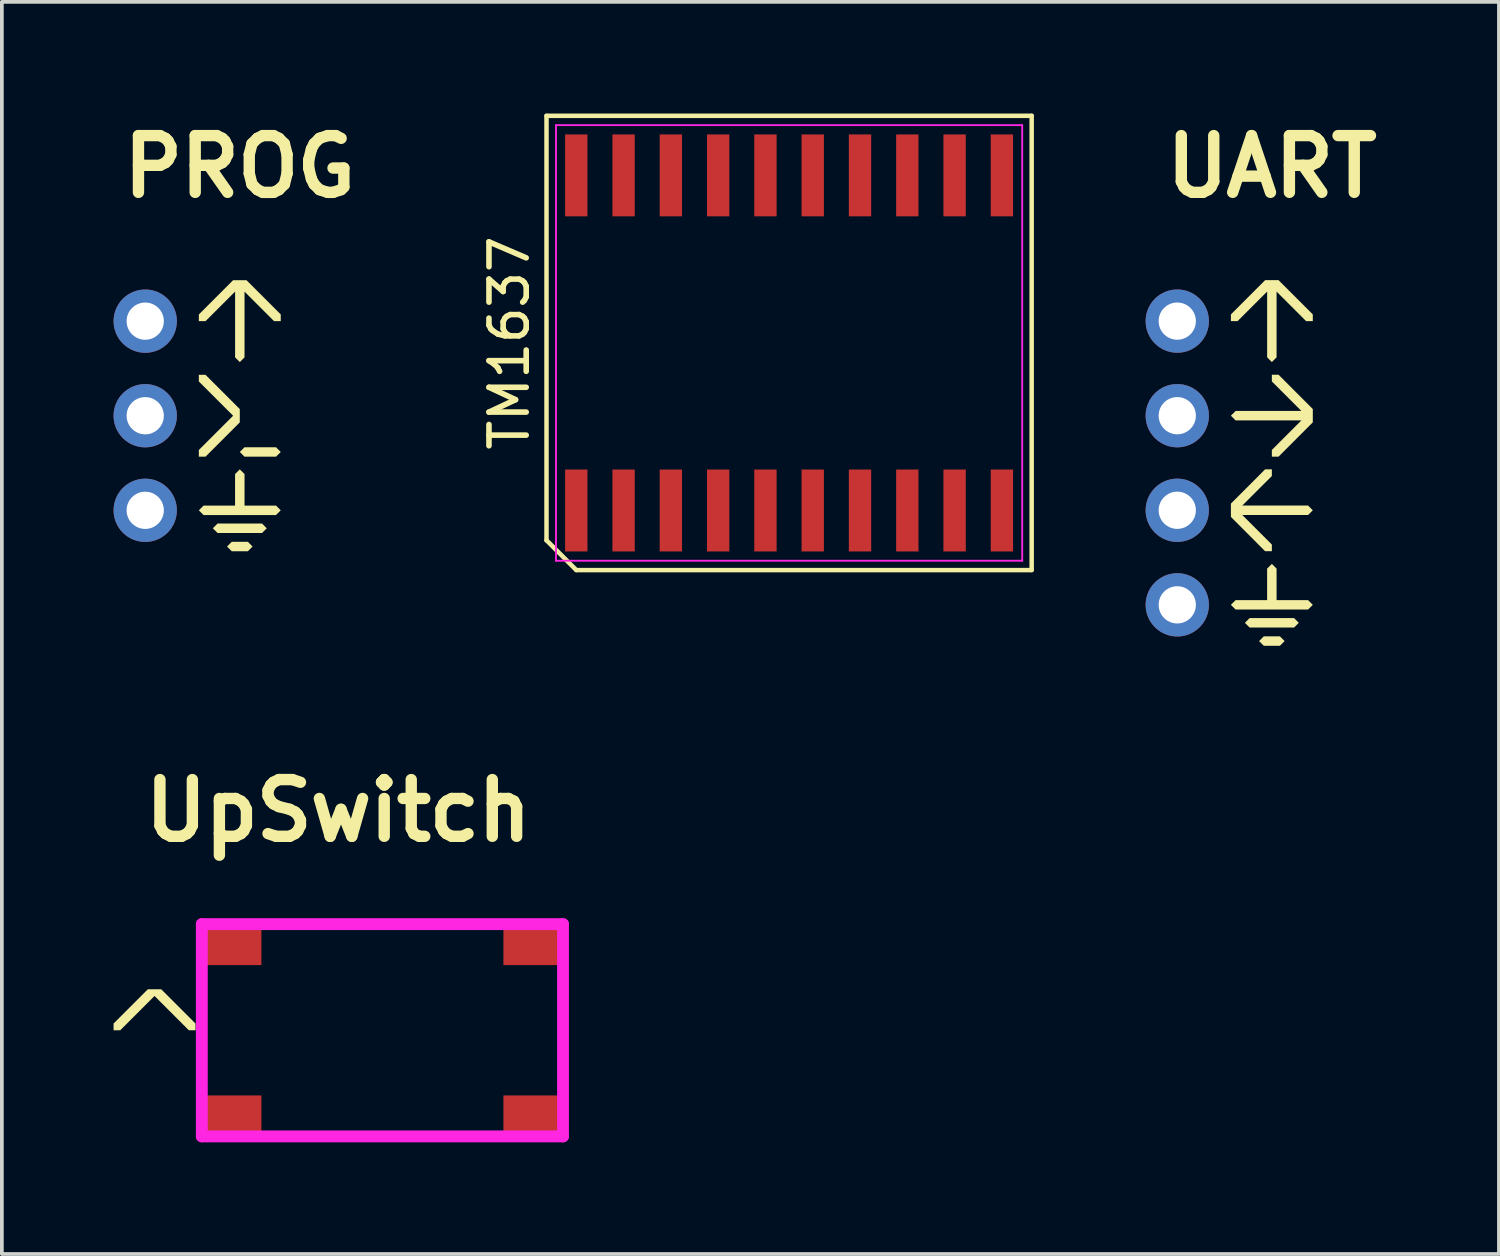
<source format=kicad_pcb>
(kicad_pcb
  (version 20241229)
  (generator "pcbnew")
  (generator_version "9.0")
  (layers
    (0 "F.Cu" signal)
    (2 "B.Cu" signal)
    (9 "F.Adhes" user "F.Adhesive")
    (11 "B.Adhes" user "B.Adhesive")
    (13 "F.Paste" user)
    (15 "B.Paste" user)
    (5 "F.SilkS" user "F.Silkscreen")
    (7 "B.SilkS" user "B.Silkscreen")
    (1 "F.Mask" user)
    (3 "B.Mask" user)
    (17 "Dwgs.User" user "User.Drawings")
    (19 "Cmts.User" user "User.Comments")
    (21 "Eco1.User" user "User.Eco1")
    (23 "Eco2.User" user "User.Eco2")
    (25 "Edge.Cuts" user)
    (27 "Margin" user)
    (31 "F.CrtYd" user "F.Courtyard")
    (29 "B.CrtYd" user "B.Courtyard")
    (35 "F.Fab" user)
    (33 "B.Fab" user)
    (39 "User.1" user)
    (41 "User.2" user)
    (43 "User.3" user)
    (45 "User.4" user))
  (footprint "UART"
    (layer "F.Cu")
    (at 31.107 9.384)
    (property "Reference" "UART" (at 0 -7.958 0) (layer "F.SilkS") (effects (font (size 1.524 1.524) (thickness 0.305))))
    (attr smd)
    (fp_poly (pts (xy -0.597 4.165) (xy -0.724 4.293) (xy -0.597 4.419) (xy 0.597 4.419) (xy 0.724 4.293) (xy 0.597 4.165) (xy -0.597 4.165)) (stroke (width 0) (type solid)) (fill yes) (layer "F.SilkS"))
    (fp_poly (pts (xy -0.216 4.656) (xy -0.343 4.783) (xy -0.216 4.91) (xy 0.216 4.91) (xy 0.343 4.783) (xy 0.216 4.656) (xy -0.216 4.656)) (stroke (width 0) (type solid)) (fill yes) (layer "F.SilkS"))
    (fp_poly (pts (xy 0.000258 2.71) (xy -0.127 2.837) (xy -0.127 3.683) (xy -0.973 3.683) (xy -1.1 3.81) (xy -0.973 3.936) (xy 0.973 3.936) (xy 1.1 3.81) (xy 0.973 3.683) (xy 0.127 3.683) (xy 0.127 2.837) (xy 0.000258 2.71)) (stroke (width 0) (type solid)) (fill yes) (layer "F.SilkS"))
    (fp_poly (pts (xy 0.000258 -4.91) (xy -0.18 -4.91) (xy -1.099 -3.99) (xy -1.1 -3.81) (xy -0.92 -3.81) (xy -0.126 -4.604) (xy -0.126 -2.837) (xy 0.000258 -2.71) (xy 0.127 -2.837) (xy 0.127 -4.603) (xy 0.92 -3.81) (xy 1.1 -3.81) (xy 1.1 -3.99) (xy 0.18 -4.91) (xy 0.000258 -4.91)) (stroke (width 0) (type solid)) (fill yes) (layer "F.SilkS"))
    (fp_poly (pts (xy 0.000258 -2.37) (xy 0.000258 -2.19) (xy 0.793 -1.397) (xy -0.973 -1.397) (xy -1.1 -1.27) (xy -0.973 -1.143) (xy 0.793 -1.143) (xy 0.000258 -0.35) (xy 0.000258 -0.17) (xy 0.18 -0.17) (xy 1.1 -1.091) (xy 1.1 -1.27) (xy 1.1 -1.449) (xy 0.18 -2.37) (xy 0.000258 -2.37)) (stroke (width 0) (type solid)) (fill yes) (layer "F.SilkS"))
    (fp_poly (pts (xy 0.000258 0.17) (xy -0.18 0.17) (xy -1.099 1.091) (xy -1.1 1.27) (xy -1.099 1.449) (xy -0.18 2.37) (xy 0.000258 2.37) (xy 0.000258 2.19) (xy -0.793 1.397) (xy 0.973 1.397) (xy 1.1 1.27) (xy 0.973 1.143) (xy -0.793 1.143) (xy 0.000258 0.35) (xy 0.000258 0.17)) (stroke (width 0) (type solid)) (fill yes) (layer "F.SilkS"))
    (pad "1" thru_hole circle (at -2.54 -3.81) (size 1.7 1.7) (drill 1) (layers "*.Cu" "*.Mask"))
    (pad "2" thru_hole oval (at -2.54 -1.27) (size 1.7 1.7) (drill 1) (layers "*.Cu" "*.Mask"))
    (pad "3" thru_hole oval (at -2.54 1.27) (size 1.7 1.7) (drill 1) (layers "*.Cu" "*.Mask"))
    (pad "4" thru_hole oval (at -2.54 3.81) (size 1.7 1.7) (drill 1) (layers "*.Cu" "*.Mask")))
  (footprint "PROG"
    (layer "F.Cu")
    (at 3.39 8.115)
    (property "Reference" "PROG" (at 0 -6.688 0) (layer "F.SilkS") (effects (font (size 1.524 1.524) (thickness 0.305))))
    (attr smd)
    (fp_poly (pts (xy -0.597 2.895) (xy -0.724 3.023) (xy -0.597 3.149) (xy 0.597 3.149) (xy 0.724 3.023) (xy 0.597 2.895) (xy -0.597 2.895)) (stroke (width 0) (type solid)) (fill yes) (layer "F.SilkS"))
    (fp_poly (pts (xy -0.216 3.386) (xy -0.343 3.513) (xy -0.216 3.64) (xy 0.216 3.64) (xy 0.343 3.513) (xy 0.216 3.386) (xy -0.216 3.386)) (stroke (width 0) (type solid)) (fill yes) (layer "F.SilkS"))
    (fp_poly (pts (xy 0.127 0.846) (xy 0.000258 0.973) (xy 0.127 1.1) (xy 0.973 1.1) (xy 1.1 0.973) (xy 0.973 0.846) (xy 0.127 0.846)) (stroke (width 0) (type solid)) (fill yes) (layer "F.SilkS"))
    (fp_poly (pts (xy -1.1 -1.1) (xy -1.1 -0.92) (xy -0.18 0) (xy -1.1 0.92) (xy -1.1 1.1) (xy -0.921 1.1) (xy -0.000258 0.179) (xy 0.000258 0) (xy -0.000258 -0.179) (xy -0.921 -1.1) (xy -1.1 -1.1)) (stroke (width 0) (type solid)) (fill yes) (layer "F.SilkS"))
    (fp_poly (pts (xy 0.000258 1.44) (xy -0.127 1.567) (xy -0.127 2.413) (xy -0.973 2.413) (xy -1.1 2.54) (xy -0.973 2.667) (xy 0.973 2.667) (xy 1.1 2.54) (xy 0.973 2.413) (xy 0.127 2.413) (xy 0.127 1.567) (xy 0.000258 1.44)) (stroke (width 0) (type solid)) (fill yes) (layer "F.SilkS"))
    (fp_poly (pts (xy 0.000258 -3.64) (xy -0.18 -3.64) (xy -1.099 -2.72) (xy -1.1 -2.54) (xy -0.92 -2.54) (xy -0.126 -3.334) (xy -0.126 -1.567) (xy 0.000258 -1.44) (xy 0.127 -1.567) (xy 0.127 -3.333) (xy 0.92 -2.54) (xy 1.1 -2.54) (xy 1.1 -2.72) (xy 0.18 -3.64) (xy 0.000258 -3.64)) (stroke (width 0) (type solid)) (fill yes) (layer "F.SilkS"))
    (pad "1" thru_hole circle (at -2.54 -2.54) (size 1.7 1.7) (drill 1) (layers "*.Cu" "*.Mask"))
    (pad "2" thru_hole oval (at -2.54 0) (size 1.7 1.7) (drill 1) (layers "*.Cu" "*.Mask"))
    (pad "3" thru_hole oval (at -2.54 2.54) (size 1.7 1.7) (drill 1) (layers "*.Cu" "*.Mask")))
  (footprint "TM1637"
    (layer "F.Cu")
    (at 18.142 6.16)
    (property "Reference" "TM1637" (at -7.515 0 90) (layer "F.SilkS") (effects (font (size 1 1) (thickness 0.15))))
    (attr smd)
    (fp_line (start -6.515 -6.1) (end 6.515 -6.1) (stroke (width 0.12) (type solid)) (layer "F.SilkS"))
    (fp_line (start -6.515 5.3) (end -6.515 -6.1) (stroke (width 0.12) (type solid)) (layer "F.SilkS"))
    (fp_line (start -5.715 6.1) (end -6.515 5.3) (stroke (width 0.12) (type solid)) (layer "F.SilkS"))
    (fp_line (start 6.515 -6.1) (end 6.515 6.1) (stroke (width 0.12) (type solid)) (layer "F.SilkS"))
    (fp_line (start 6.515 6.1) (end -5.715 6.1) (stroke (width 0.12) (type solid)) (layer "F.SilkS"))
    (fp_line (start -6.26 -5.85) (end 6.26 -5.85) (stroke (width 0.05) (type solid)) (layer "F.CrtYd"))
    (fp_line (start -6.26 5.85) (end -6.26 -5.85) (stroke (width 0.05) (type solid)) (layer "F.CrtYd"))
    (fp_line (start 6.26 -5.85) (end 6.26 5.85) (stroke (width 0.05) (type solid)) (layer "F.CrtYd"))
    (fp_line (start 6.26 5.85) (end -6.26 5.85) (stroke (width 0.05) (type solid)) (layer "F.CrtYd"))
    (pad "1" smd rect (at -5.715 4.5) (size 0.6 2.2) (layers "F.Cu" "F.Mask" "F.Paste"))
    (pad "2" smd rect (at -4.445 4.5) (size 0.6 2.2) (layers "F.Cu" "F.Mask" "F.Paste"))
    (pad "3" smd rect (at -3.175 4.5) (size 0.6 2.2) (layers "F.Cu" "F.Mask" "F.Paste"))
    (pad "4" smd rect (at -1.905 4.5) (size 0.6 2.2) (layers "F.Cu" "F.Mask" "F.Paste"))
    (pad "5" smd rect (at -0.635 4.5) (size 0.6 2.2) (layers "F.Cu" "F.Mask" "F.Paste"))
    (pad "6" smd rect (at 0.635 4.5) (size 0.6 2.2) (layers "F.Cu" "F.Mask" "F.Paste"))
    (pad "7" smd rect (at 1.905 4.5) (size 0.6 2.2) (layers "F.Cu" "F.Mask" "F.Paste"))
    (pad "8" smd rect (at 3.175 4.5) (size 0.6 2.2) (layers "F.Cu" "F.Mask" "F.Paste"))
    (pad "9" smd rect (at 4.445 4.5) (size 0.6 2.2) (layers "F.Cu" "F.Mask" "F.Paste"))
    (pad "10" smd rect (at 5.715 4.5) (size 0.6 2.2) (layers "F.Cu" "F.Mask" "F.Paste"))
    (pad "11" smd rect (at 5.715 -4.5) (size 0.6 2.2) (layers "F.Cu" "F.Mask" "F.Paste"))
    (pad "12" smd rect (at 4.445 -4.5) (size 0.6 2.2) (layers "F.Cu" "F.Mask" "F.Paste"))
    (pad "13" smd rect (at 3.175 -4.5) (size 0.6 2.2) (layers "F.Cu" "F.Mask" "F.Paste"))
    (pad "14" smd rect (at 1.905 -4.5) (size 0.6 2.2) (layers "F.Cu" "F.Mask" "F.Paste"))
    (pad "15" smd rect (at 0.635 -4.5) (size 0.6 2.2) (layers "F.Cu" "F.Mask" "F.Paste"))
    (pad "16" smd rect (at -0.635 -4.5) (size 0.6 2.2) (layers "F.Cu" "F.Mask" "F.Paste"))
    (pad "17" smd rect (at -1.905 -4.5) (size 0.6 2.2) (layers "F.Cu" "F.Mask" "F.Paste"))
    (pad "18" smd rect (at -3.175 -4.5) (size 0.6 2.2) (layers "F.Cu" "F.Mask" "F.Paste"))
    (pad "19" smd rect (at -4.445 -4.5) (size 0.6 2.2) (layers "F.Cu" "F.Mask" "F.Paste"))
    (pad "20" smd rect (at -5.715 -4.5) (size 0.6 2.2) (layers "F.Cu" "F.Mask" "F.Paste")))
  (footprint "UpSwitch"
    (layer "F.Cu")
    (at 6.035 24.619)
    (property "Reference" "UpSwitch" (at 0 -5.898 0) (layer "F.SilkS") (effects (font (size 1.524 1.524) (thickness 0.305))))
    (attr smd)
    (fp_poly (pts (xy -5.114 -1.101) (xy -6.035 -0.18) (xy -6.035 -0.000025) (xy -5.855 -0.000025) (xy -4.935 -0.921) (xy -4.014 -0.000025) (xy -3.834 -0.000025) (xy -3.834 -0.18) (xy -4.755 -1.101) (xy -4.934 -1.101) (xy -4.935 -1.101) (xy -5.114 -1.101)) (stroke (width 0) (type solid)) (fill yes) (layer "F.SilkS"))
    (fp_line (start -3.665 -2.85) (end 6.035 -2.85) (stroke (width 0.318) (type solid)) (layer "F.CrtYd"))
    (fp_line (start -3.665 2.85) (end -3.665 -2.85) (stroke (width 0.318) (type solid)) (layer "F.CrtYd"))
    (fp_line (start 6.035 -2.85) (end 6.035 2.85) (stroke (width 0.318) (type solid)) (layer "F.CrtYd"))
    (fp_line (start 6.035 2.85) (end -3.665 2.85) (stroke (width 0.318) (type solid)) (layer "F.CrtYd"))
    (pad "1" smd rect (at -2.815 -2.25) (size 1.5 1) (layers "F.Cu" "F.Mask" "F.Paste"))
    (pad "1" smd rect (at 5.185 -2.25) (size 1.5 1) (layers "F.Cu" "F.Mask" "F.Paste"))
    (pad "2" smd rect (at -2.815 2.25) (size 1.5 1) (layers "F.Cu" "F.Mask" "F.Paste"))
    (pad "2" smd rect (at 5.185 2.25) (size 1.5 1) (layers "F.Cu" "F.Mask" "F.Paste")))
  (gr_rect
    (start -3 -3)
    (end 37.206 30.628)
    (stroke (width 0.1) (type default))
    (fill no)
    (layer "Edge.Cuts")))
</source>
